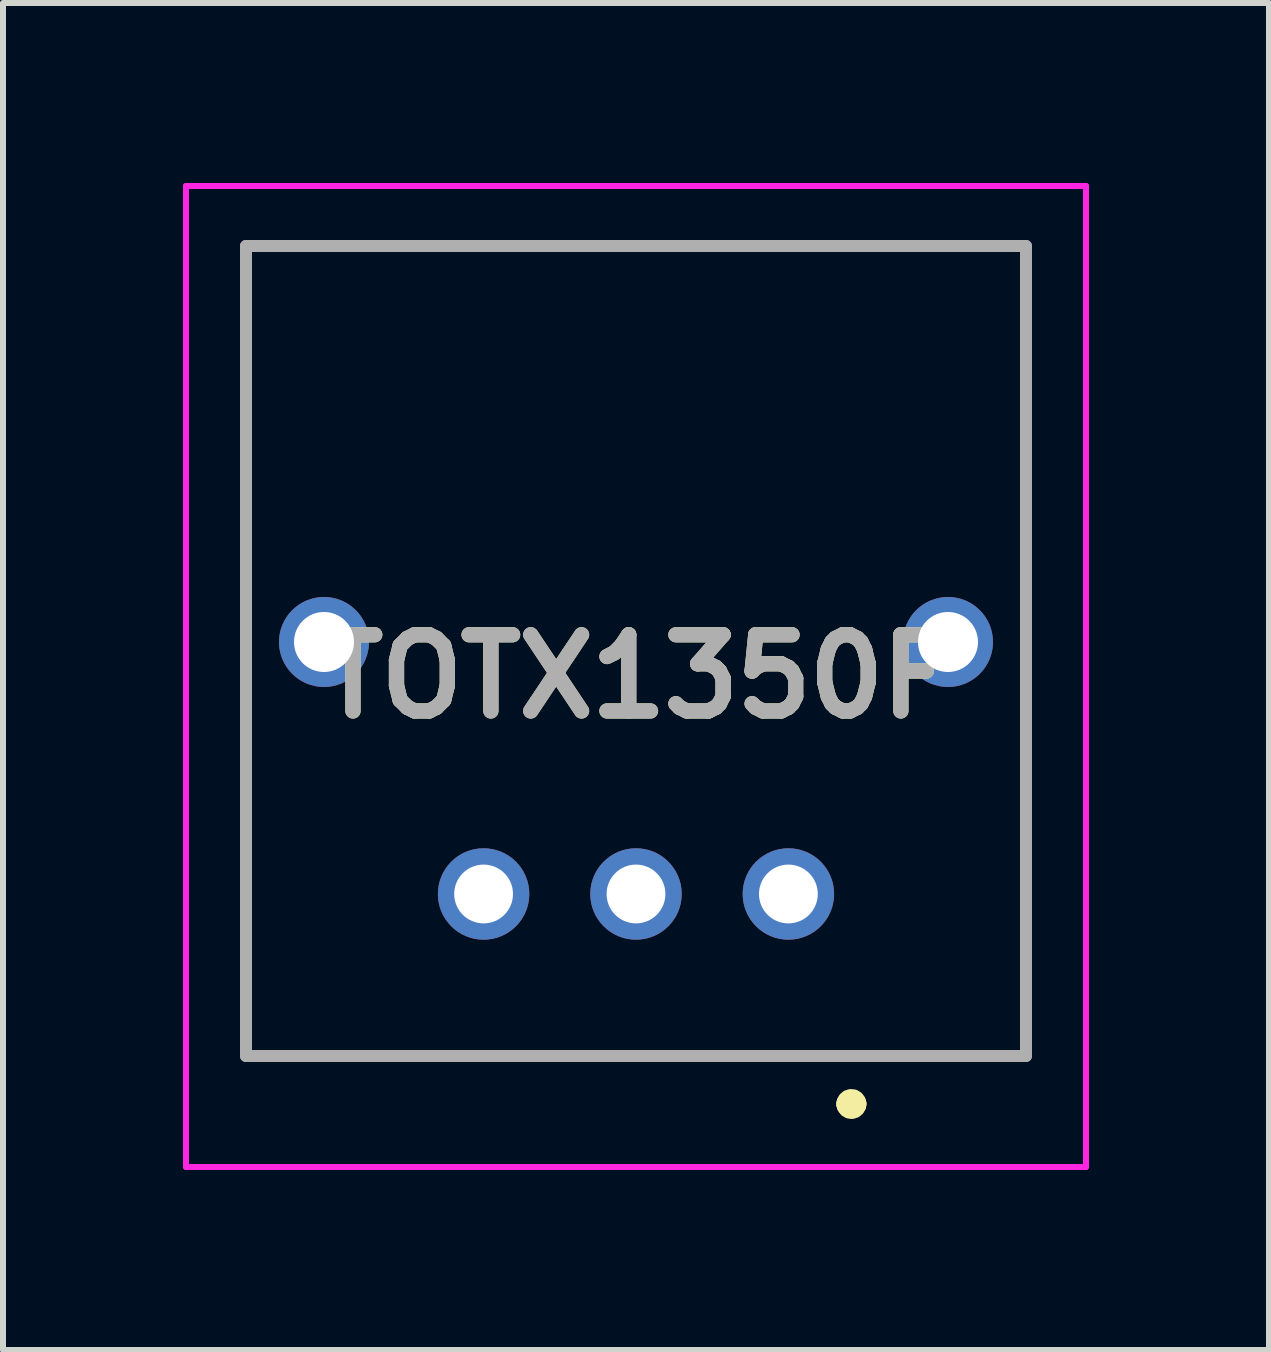
<source format=kicad_pcb>
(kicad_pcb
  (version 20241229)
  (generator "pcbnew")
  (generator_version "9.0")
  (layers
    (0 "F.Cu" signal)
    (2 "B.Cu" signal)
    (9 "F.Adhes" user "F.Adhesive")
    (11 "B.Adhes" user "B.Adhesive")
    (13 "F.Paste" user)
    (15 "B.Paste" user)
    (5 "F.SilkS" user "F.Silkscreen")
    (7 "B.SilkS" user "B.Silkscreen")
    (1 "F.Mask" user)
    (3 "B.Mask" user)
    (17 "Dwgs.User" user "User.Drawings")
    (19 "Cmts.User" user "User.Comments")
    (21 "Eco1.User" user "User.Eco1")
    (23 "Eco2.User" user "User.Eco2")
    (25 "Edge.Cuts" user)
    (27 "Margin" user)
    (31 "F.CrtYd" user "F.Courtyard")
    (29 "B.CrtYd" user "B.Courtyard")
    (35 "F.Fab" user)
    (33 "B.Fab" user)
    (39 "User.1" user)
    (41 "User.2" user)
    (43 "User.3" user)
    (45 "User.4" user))
  (footprint "TOTX1350F"
    (layer "F.Cu")
    (at 10.09 11.85)
    (property "Reference" "TOTX1350F" (at -2.54 -3.625 0) (layer "F.SilkS") (effects (font (size 1.27 1.27) (thickness 0.254))))
    (attr through_hole)
    (fp_line (start -9.04 -10.8) (end 3.96 -10.8) (stroke (width 0.1) (type solid)) (layer "F.SilkS"))
    (fp_line (start -9.04 2.7) (end -9.04 -10.8) (stroke (width 0.1) (type solid)) (layer "F.SilkS"))
    (fp_line (start 1 3.5) (end 1 3.5) (stroke (width 0.4) (type solid)) (layer "F.SilkS"))
    (fp_line (start 1.1 3.5) (end 1.1 3.5) (stroke (width 0.4) (type solid)) (layer "F.SilkS"))
    (fp_line (start 3.96 -10.8) (end 3.96 2.7) (stroke (width 0.1) (type solid)) (layer "F.SilkS"))
    (fp_line (start 3.96 2.7) (end -9.04 2.7) (stroke (width 0.1) (type solid)) (layer "F.SilkS"))
    (fp_arc (start 1 3.5) (mid 1.05 3.45) (end 1.1 3.5) (stroke (width 0.4) (type solid)) (layer "F.SilkS"))
    (fp_arc (start 1.1 3.5) (mid 1.05 3.55) (end 1 3.5) (stroke (width 0.4) (type solid)) (layer "F.SilkS"))
    (fp_line (start -10.04 -11.8) (end 4.96 -11.8) (stroke (width 0.1) (type solid)) (layer "F.CrtYd"))
    (fp_line (start -10.04 4.55) (end -10.04 -11.8) (stroke (width 0.1) (type solid)) (layer "F.CrtYd"))
    (fp_line (start 4.96 -11.8) (end 4.96 4.55) (stroke (width 0.1) (type solid)) (layer "F.CrtYd"))
    (fp_line (start 4.96 4.55) (end -10.04 4.55) (stroke (width 0.1) (type solid)) (layer "F.CrtYd"))
    (fp_line (start -9.04 -10.8) (end 3.96 -10.8) (stroke (width 0.2) (type solid)) (layer "F.Fab"))
    (fp_line (start -9.04 2.7) (end -9.04 -10.8) (stroke (width 0.2) (type solid)) (layer "F.Fab"))
    (fp_line (start 3.96 -10.8) (end 3.96 2.7) (stroke (width 0.2) (type solid)) (layer "F.Fab"))
    (fp_line (start 3.96 2.7) (end -9.04 2.7) (stroke (width 0.2) (type solid)) (layer "F.Fab"))
    (fp_text user "${REFERENCE}" (at -2.54 -3.625 0) (layer "F.Fab") (effects (font (size 1.27 1.27) (thickness 0.254))))
    (pad "1" thru_hole circle (at 0 0) (size 1.524 1.524) (drill 0.98) (layers "*.Cu" "*.Mask"))
    (pad "2" thru_hole circle (at -2.54 0) (size 1.524 1.524) (drill 0.98) (layers "*.Cu" "*.Mask"))
    (pad "3" thru_hole circle (at -5.08 0) (size 1.524 1.524) (drill 0.98) (layers "*.Cu" "*.Mask"))
    (pad "4" thru_hole circle (at -7.74 -4.2) (size 1.5 1.5) (drill 1) (layers "*.Cu" "*.Mask"))
    (pad "5" thru_hole circle (at 2.66 -4.2) (size 1.5 1.5) (drill 1) (layers "*.Cu" "*.Mask")))
  (gr_rect
    (start -3 -3)
    (end 18.1 19.45)
    (stroke (width 0.1) (type default))
    (fill no)
    (layer "Edge.Cuts")))
</source>
